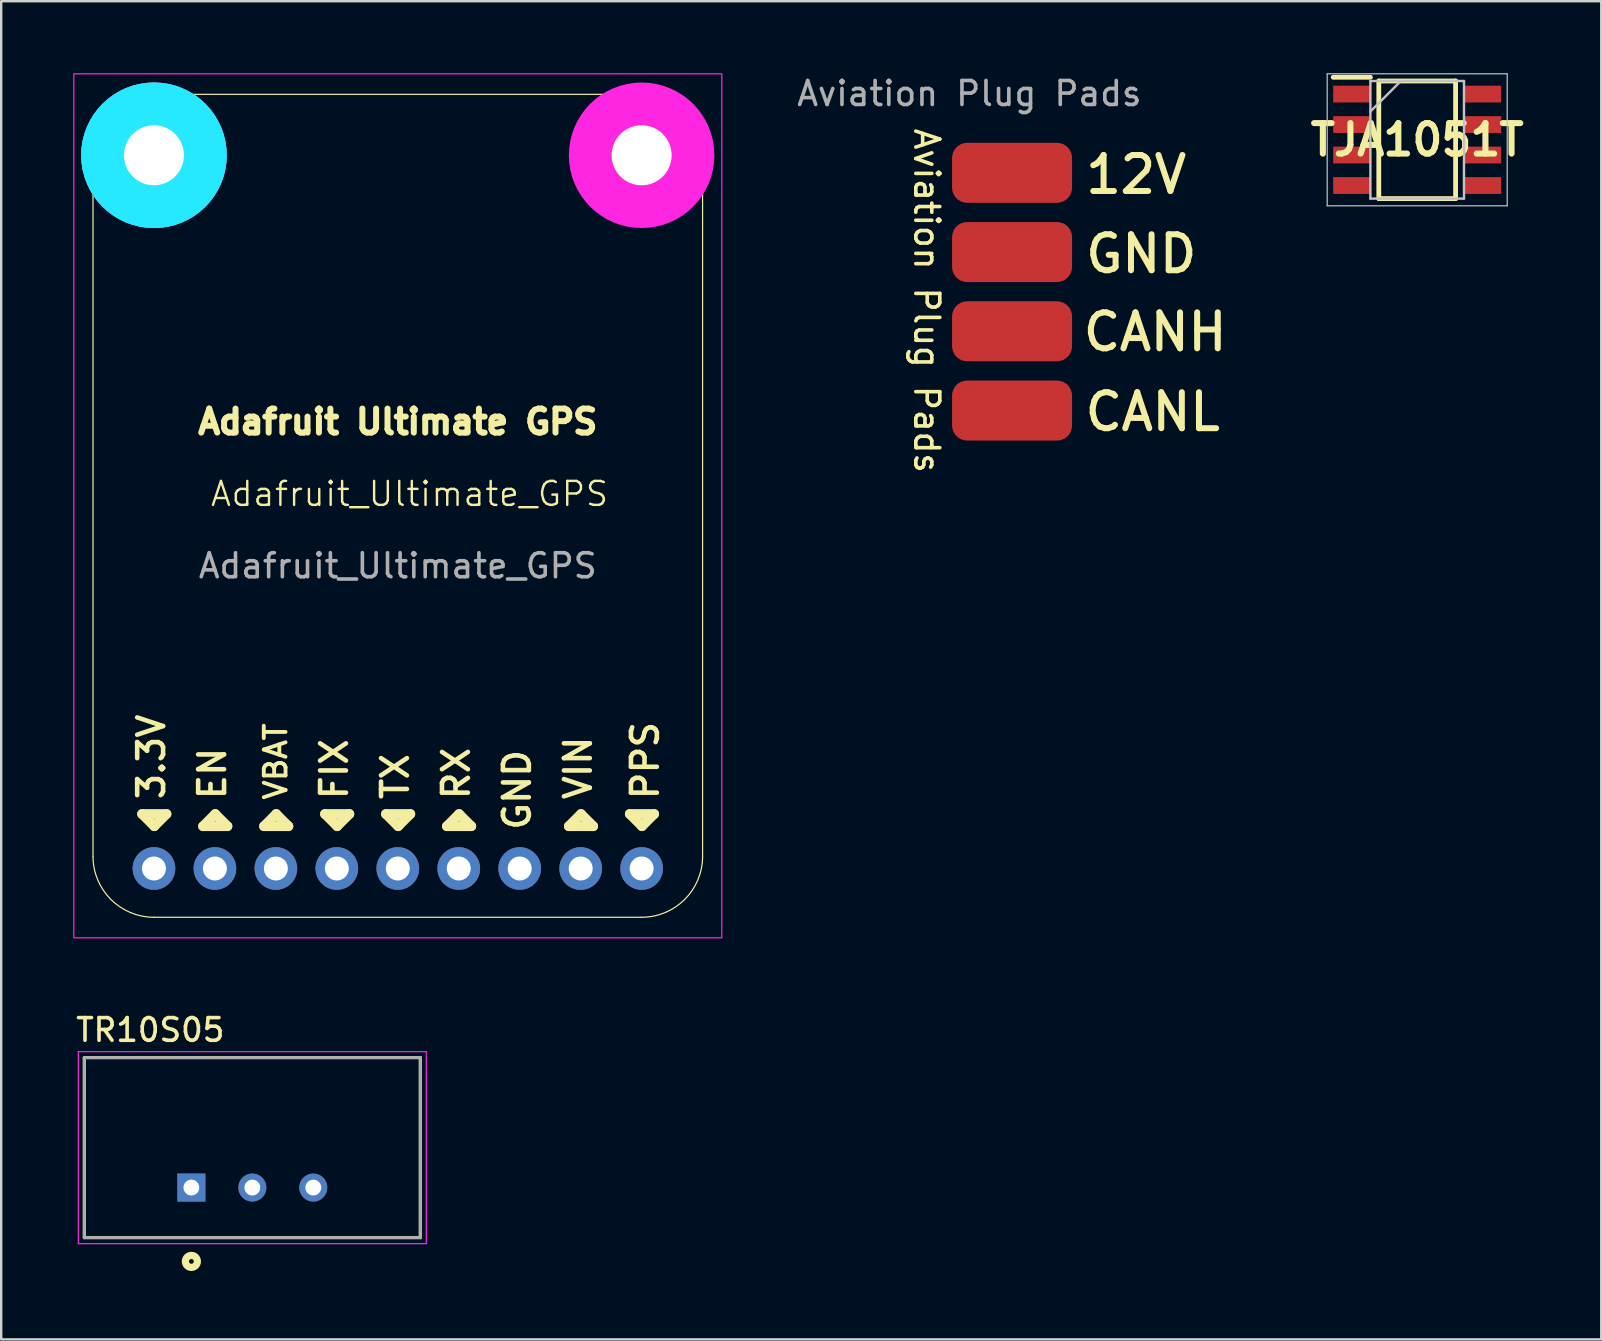
<source format=kicad_pcb>
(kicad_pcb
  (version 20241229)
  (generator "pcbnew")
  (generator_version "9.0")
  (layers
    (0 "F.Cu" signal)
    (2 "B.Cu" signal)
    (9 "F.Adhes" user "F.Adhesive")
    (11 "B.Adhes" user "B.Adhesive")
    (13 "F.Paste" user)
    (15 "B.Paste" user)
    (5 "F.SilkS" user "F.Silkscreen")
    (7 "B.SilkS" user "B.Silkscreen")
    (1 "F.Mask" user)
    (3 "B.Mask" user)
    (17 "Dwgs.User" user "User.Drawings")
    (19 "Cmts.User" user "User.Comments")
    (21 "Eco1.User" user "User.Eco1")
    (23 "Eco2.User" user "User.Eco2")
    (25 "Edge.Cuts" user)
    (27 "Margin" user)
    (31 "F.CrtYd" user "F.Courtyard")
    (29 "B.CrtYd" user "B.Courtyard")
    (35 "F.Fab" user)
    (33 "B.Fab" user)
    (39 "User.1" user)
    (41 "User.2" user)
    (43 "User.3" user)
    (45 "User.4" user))
  (footprint "Aviation Plug Pads"
    (layer "F.Cu")
    (at 39.12 4.15)
    (property "Reference" "Aviation Plug Pads" (at -3.556 5.334 270) (unlocked yes) (layer "F.SilkS") (effects (font (size 1 1) (thickness 0.15))))
    (attr smd)
    (fp_text user "CANL" (at 2.909 10.839 0) (unlocked yes) (layer "F.SilkS") (effects (font (size 1.5 1.5) (thickness 0.25) (bold yes)) (justify left bottom)))
    (fp_text user "GND" (at 2.934 4.257 0) (unlocked yes) (layer "F.SilkS") (effects (font (size 1.5 1.5) (thickness 0.25) (bold yes)) (justify left bottom)))
    (fp_text user "CANH" (at 2.834 7.511 0) (unlocked yes) (layer "F.SilkS") (effects (font (size 1.5 1.5) (thickness 0.25) (bold yes)) (justify left bottom)))
    (fp_text user "12V" (at 2.934 0.954 0) (unlocked yes) (layer "F.SilkS") (effects (font (size 1.5 1.5) (thickness 0.25) (bold yes)) (justify left bottom)))
    (fp_text user "${REFERENCE}" (at -1.778 -3.302 0) (unlocked yes) (layer "F.Fab") (effects (font (size 1 1) (thickness 0.15))))
    (pad "1" smd roundrect (at 0 0) (size 5 2.5) (layers "F.Cu" "F.Mask" "F.Paste") (roundrect_rratio 0.25))
    (pad "2" smd roundrect (at 0 3.302) (size 5 2.5) (layers "F.Cu" "F.Mask" "F.Paste") (roundrect_rratio 0.25))
    (pad "3" smd roundrect (at 0 6.604) (size 5 2.5) (layers "F.Cu" "F.Mask" "F.Paste") (roundrect_rratio 0.25))
    (pad "4" smd roundrect (at 0 9.906) (size 5 2.5) (layers "F.Cu" "F.Mask" "F.Paste") (roundrect_rratio 0.25)))
  (footprint "TJA1051T"
    (layer "F.Cu")
    (at 56.001 2.775)
    (property "Reference" "TJA1051T" (at 0 0 0) (layer "F.SilkS") (effects (font (size 1.27 1.27) (thickness 0.254))))
    (attr smd)
    (fp_line (start -3.5 -2.605) (end -1.95 -2.605) (stroke (width 0.2) (type solid)) (layer "F.SilkS"))
    (fp_line (start -1.6 -2.45) (end 1.6 -2.45) (stroke (width 0.2) (type solid)) (layer "F.SilkS"))
    (fp_line (start -1.6 2.45) (end -1.6 -2.45) (stroke (width 0.2) (type solid)) (layer "F.SilkS"))
    (fp_line (start 1.6 -2.45) (end 1.6 2.45) (stroke (width 0.2) (type solid)) (layer "F.SilkS"))
    (fp_line (start 1.6 2.45) (end -1.6 2.45) (stroke (width 0.2) (type solid)) (layer "F.SilkS"))
    (fp_line (start -3.75 -2.75) (end 3.75 -2.75) (stroke (width 0.05) (type solid)) (layer "Dwgs.User"))
    (fp_line (start -3.75 2.75) (end -3.75 -2.75) (stroke (width 0.05) (type solid)) (layer "Dwgs.User"))
    (fp_line (start -1.95 -2.45) (end 1.95 -2.45) (stroke (width 0.1) (type solid)) (layer "Dwgs.User"))
    (fp_line (start -1.95 -1.18) (end -0.68 -2.45) (stroke (width 0.1) (type solid)) (layer "Dwgs.User"))
    (fp_line (start -1.95 2.45) (end -1.95 -2.45) (stroke (width 0.1) (type solid)) (layer "Dwgs.User"))
    (fp_line (start 1.95 -2.45) (end 1.95 2.45) (stroke (width 0.1) (type solid)) (layer "Dwgs.User"))
    (fp_line (start 1.95 2.45) (end -1.95 2.45) (stroke (width 0.1) (type solid)) (layer "Dwgs.User"))
    (fp_line (start 3.75 -2.75) (end 3.75 2.75) (stroke (width 0.05) (type solid)) (layer "Dwgs.User"))
    (fp_line (start 3.75 2.75) (end -3.75 2.75) (stroke (width 0.05) (type solid)) (layer "Dwgs.User"))
    (pad "1" smd rect (at -2.725 -1.905 90) (size 0.7 1.55) (layers "F.Cu" "F.Mask" "F.Paste"))
    (pad "2" smd rect (at -2.725 -0.635 90) (size 0.7 1.55) (layers "F.Cu" "F.Mask" "F.Paste"))
    (pad "3" smd rect (at -2.725 0.635 90) (size 0.7 1.55) (layers "F.Cu" "F.Mask" "F.Paste"))
    (pad "4" smd rect (at -2.725 1.905 90) (size 0.7 1.55) (layers "F.Cu" "F.Mask" "F.Paste"))
    (pad "5" smd rect (at 2.725 1.905 90) (size 0.7 1.55) (layers "F.Cu" "F.Mask" "F.Paste"))
    (pad "6" smd rect (at 2.725 0.635 90) (size 0.7 1.55) (layers "F.Cu" "F.Mask" "F.Paste"))
    (pad "7" smd rect (at 2.725 -0.635 90) (size 0.7 1.55) (layers "F.Cu" "F.Mask" "F.Paste"))
    (pad "8" smd rect (at 2.725 -1.905 90) (size 0.7 1.55) (layers "F.Cu" "F.Mask" "F.Paste")))
  (footprint "TR10S05"
    (layer "F.Cu")
    (at 4.924 44.909)
    (property "Reference" "TR10S05" (at -1.71 -5.043 0) (layer "F.SilkS") (effects (font (size 0.945 0.945) (thickness 0.15))))
    (attr through_hole)
    (fp_line (start -4.46 -3.89) (end -4.46 3.61) (stroke (width 0.127) (type solid)) (layer "F.SilkS"))
    (fp_line (start -4.46 3.61) (end 9.54 3.61) (stroke (width 0.127) (type solid)) (layer "F.SilkS"))
    (fp_line (start 9.54 -3.89) (end -4.46 -3.89) (stroke (width 0.127) (type solid)) (layer "F.SilkS"))
    (fp_line (start 9.54 3.61) (end 9.54 -3.89) (stroke (width 0.127) (type solid)) (layer "F.SilkS"))
    (fp_circle (center 0 4.6) (end 0.1 4.6) (stroke (width 0.3) (type solid)) (fill no) (layer "F.SilkS"))
    (fp_line (start -4.71 -4.14) (end 9.79 -4.14) (stroke (width 0.05) (type solid)) (layer "F.CrtYd"))
    (fp_line (start -4.71 3.86) (end -4.71 -4.14) (stroke (width 0.05) (type solid)) (layer "F.CrtYd"))
    (fp_line (start 9.79 -4.14) (end 9.79 3.86) (stroke (width 0.05) (type solid)) (layer "F.CrtYd"))
    (fp_line (start 9.79 3.86) (end -4.71 3.86) (stroke (width 0.05) (type solid)) (layer "F.CrtYd"))
    (fp_line (start -4.46 -3.89) (end -4.46 3.61) (stroke (width 0.127) (type solid)) (layer "F.Fab"))
    (fp_line (start -4.46 3.61) (end 9.54 3.61) (stroke (width 0.127) (type solid)) (layer "F.Fab"))
    (fp_line (start 9.54 -3.89) (end -4.46 -3.89) (stroke (width 0.127) (type solid)) (layer "F.Fab"))
    (fp_line (start 9.54 3.61) (end 9.54 -3.89) (stroke (width 0.127) (type solid)) (layer "F.Fab"))
    (pad "1" thru_hole rect (at 0 1.524) (size 1.168 1.168) (drill 0.66) (layers "*.Cu" "*.Mask"))
    (pad "2" thru_hole circle (at 2.54 1.524) (size 1.168 1.168) (drill 0.66) (layers "*.Cu" "*.Mask"))
    (pad "3" thru_hole circle (at 5.08 1.524) (size 1.168 1.168) (drill 0.66) (layers "*.Cu" "*.Mask")))
  (footprint "Adafruit_Ultimate_GPS"
    (layer "F.Cu")
    (at 13.525 18.025)
    (property "Reference" "Adafruit_Ultimate_GPS" (at 0.489 -0.495 0) (unlocked yes) (layer "F.SilkS") (effects (font (size 1 1) (thickness 0.1))))
    (attr through_hole)
    (fp_line (start -12.7 14.605) (end -12.7 -14.605) (stroke (width 0.05) (type solid)) (layer "F.SilkS"))
    (fp_line (start -10.654 12.843) (end -10.146 13.351) (stroke (width 0.406) (type solid)) (layer "F.SilkS"))
    (fp_line (start -10.16 -17.145) (end 10.16 -17.145) (stroke (width 0.05) (type solid)) (layer "F.SilkS"))
    (fp_line (start -10.146 13.351) (end -9.638 12.843) (stroke (width 0.406) (type solid)) (layer "F.SilkS"))
    (fp_line (start -9.638 12.843) (end -10.654 12.843) (stroke (width 0.406) (type solid)) (layer "F.SilkS"))
    (fp_line (start -8.114 13.351) (end -7.098 13.351) (stroke (width 0.406) (type solid)) (layer "F.SilkS"))
    (fp_line (start -7.606 12.843) (end -8.114 13.351) (stroke (width 0.406) (type solid)) (layer "F.SilkS"))
    (fp_line (start -7.098 13.351) (end -7.606 12.843) (stroke (width 0.406) (type solid)) (layer "F.SilkS"))
    (fp_line (start -5.574 13.351) (end -4.558 13.351) (stroke (width 0.406) (type solid)) (layer "F.SilkS"))
    (fp_line (start -5.066 12.843) (end -5.574 13.351) (stroke (width 0.406) (type solid)) (layer "F.SilkS"))
    (fp_line (start -4.558 13.351) (end -5.066 12.843) (stroke (width 0.406) (type solid)) (layer "F.SilkS"))
    (fp_line (start -3.034 12.843) (end -2.526 13.351) (stroke (width 0.406) (type solid)) (layer "F.SilkS"))
    (fp_line (start -2.526 13.351) (end -2.018 12.843) (stroke (width 0.406) (type solid)) (layer "F.SilkS"))
    (fp_line (start -2.018 12.843) (end -3.034 12.843) (stroke (width 0.406) (type solid)) (layer "F.SilkS"))
    (fp_line (start -0.494 12.843) (end 0.014 13.351) (stroke (width 0.406) (type solid)) (layer "F.SilkS"))
    (fp_line (start 0.014 13.351) (end 0.522 12.843) (stroke (width 0.406) (type solid)) (layer "F.SilkS"))
    (fp_line (start 0.522 12.843) (end -0.494 12.843) (stroke (width 0.406) (type solid)) (layer "F.SilkS"))
    (fp_line (start 2.046 13.351) (end 3.062 13.351) (stroke (width 0.406) (type solid)) (layer "F.SilkS"))
    (fp_line (start 2.554 12.843) (end 2.046 13.351) (stroke (width 0.406) (type solid)) (layer "F.SilkS"))
    (fp_line (start 3.062 13.351) (end 2.554 12.843) (stroke (width 0.406) (type solid)) (layer "F.SilkS"))
    (fp_line (start 7.126 13.351) (end 8.142 13.351) (stroke (width 0.406) (type solid)) (layer "F.SilkS"))
    (fp_line (start 7.634 12.843) (end 7.126 13.351) (stroke (width 0.406) (type solid)) (layer "F.SilkS"))
    (fp_line (start 8.142 13.351) (end 7.634 12.843) (stroke (width 0.406) (type solid)) (layer "F.SilkS"))
    (fp_line (start 9.666 12.843) (end 10.174 13.351) (stroke (width 0.406) (type solid)) (layer "F.SilkS"))
    (fp_line (start 10.16 17.145) (end -10.16 17.145) (stroke (width 0.05) (type solid)) (layer "F.SilkS"))
    (fp_line (start 10.174 13.351) (end 10.682 12.843) (stroke (width 0.406) (type solid)) (layer "F.SilkS"))
    (fp_line (start 10.682 12.843) (end 9.666 12.843) (stroke (width 0.406) (type solid)) (layer "F.SilkS"))
    (fp_line (start 12.7 -14.605) (end 12.7 14.605) (stroke (width 0.05) (type solid)) (layer "F.SilkS"))
    (fp_arc (start -12.7 -14.605) (mid -11.956051 -16.401051) (end -10.16 -17.145) (stroke (width 0.05) (type solid)) (layer "F.SilkS"))
    (fp_arc (start -10.16 17.145) (mid -11.956051 16.401051) (end -12.7 14.605) (stroke (width 0.05) (type solid)) (layer "F.SilkS"))
    (fp_arc (start 10.16 -17.145) (mid 11.956051 -16.401051) (end 12.7 -14.605) (stroke (width 0.05) (type solid)) (layer "F.SilkS"))
    (fp_arc (start 12.7 14.605) (mid 11.956051 16.401051) (end 10.16 17.145) (stroke (width 0.05) (type solid)) (layer "F.SilkS"))
    (fp_circle (center -10.16 -14.605) (end -8.16 -14.605) (stroke (width 0.203) (type solid)) (fill no) (layer "F.SilkS"))
    (fp_circle (center 10.16 -14.605) (end 12.16 -14.605) (stroke (width 0.203) (type solid)) (fill no) (layer "F.SilkS"))
    (fp_circle (center -10.16 -14.605) (end -9.16 -14.605) (stroke (width 2.032) (type solid)) (fill no) (layer "B.CrtYd"))
    (fp_circle (center -10.16 -14.605) (end -9.16 -14.605) (stroke (width 2.032) (type solid)) (fill no) (layer "B.CrtYd"))
    (fp_rect (start -13.5 -18) (end 13.5 18) (stroke (width 0.05) (type solid)) (fill no) (layer "F.CrtYd"))
    (fp_circle (center -10.16 -14.605) (end -9.16 -14.605) (stroke (width 2.032) (type solid)) (fill no) (layer "F.CrtYd"))
    (fp_circle (center 10.16 -14.605) (end 11.16 -14.605) (stroke (width 2.032) (type solid)) (fill no) (layer "F.CrtYd"))
    (fp_text user "FIX" (at -2.018 12.335 90) (unlocked yes) (layer "F.SilkS") (effects (font (size 1.079 1.079) (thickness 0.191)) (justify left bottom)))
    (fp_text user "VBAT" (at -4.558 12.335 90) (unlocked yes) (layer "F.SilkS") (effects (font (size 0.907 0.907) (thickness 0.16)) (justify left bottom)))
    (fp_text user "VIN" (at 8.142 12.335 90) (unlocked yes) (layer "F.SilkS") (effects (font (size 1.079 1.079) (thickness 0.191)) (justify left bottom)))
    (fp_text user "TX" (at 0.522 12.335 90) (unlocked yes) (layer "F.SilkS") (effects (font (size 1.079 1.079) (thickness 0.191)) (justify left bottom)))
    (fp_text user "EN" (at -7.098 12.335 90) (unlocked yes) (layer "F.SilkS") (effects (font (size 1.079 1.079) (thickness 0.191)) (justify left bottom)))
    (fp_text user "3.3V" (at -9.638 12.335 90) (unlocked yes) (layer "F.SilkS") (effects (font (size 1.079 1.079) (thickness 0.191)) (justify left bottom)))
    (fp_text user "Adafruit Ultimate GPS" (at 0 -3.5 0) (unlocked yes) (layer "F.SilkS") (effects (font (size 1 1) (thickness 0.25) (bold yes))))
    (fp_text user "GND" (at 5.602 13.605 90) (unlocked yes) (layer "F.SilkS") (effects (font (size 1.079 1.079) (thickness 0.191)) (justify left bottom)))
    (fp_text user "PPS" (at 10.936 12.335 90) (unlocked yes) (layer "F.SilkS") (effects (font (size 1.079 1.079) (thickness 0.191)) (justify left bottom)))
    (fp_text user "RX" (at 3.062 12.335 90) (unlocked yes) (layer "F.SilkS") (effects (font (size 1.079 1.079) (thickness 0.191)) (justify left bottom)))
    (fp_text user "${REFERENCE}" (at 0 2.5 0) (unlocked yes) (layer "F.Fab") (effects (font (size 1 1) (thickness 0.15))))
    (pad "1" thru_hole circle (at 10.16 15.113 270) (size 1.778 1.778) (drill 1) (layers "*.Cu" "*.Mask"))
    (pad "2" thru_hole circle (at 7.62 15.113 270) (size 1.778 1.778) (drill 1) (layers "*.Cu" "*.Mask"))
    (pad "3" thru_hole circle (at 5.08 15.113 270) (size 1.778 1.778) (drill 1) (layers "*.Cu" "*.Mask"))
    (pad "4" thru_hole circle (at 2.54 15.113 270) (size 1.778 1.778) (drill 1) (layers "*.Cu" "*.Mask"))
    (pad "5" thru_hole circle (at 0 15.113 270) (size 1.778 1.778) (drill 1) (layers "*.Cu" "*.Mask"))
    (pad "6" thru_hole circle (at -2.54 15.113 270) (size 1.778 1.778) (drill 1) (layers "*.Cu" "*.Mask"))
    (pad "7" thru_hole circle (at -5.08 15.113 270) (size 1.778 1.778) (drill 1) (layers "*.Cu" "*.Mask"))
    (pad "8" thru_hole circle (at -7.62 15.113 270) (size 1.778 1.778) (drill 1) (layers "*.Cu" "*.Mask"))
    (pad "9" thru_hole circle (at -10.16 15.113 270) (size 1.778 1.778) (drill 1) (layers "*.Cu" "*.Mask"))
    (pad "P$1" thru_hole circle (at 10.16 -14.605) (size 3.2 3.2) (drill 2.5) (layers "*.Cu" "*.Mask"))
    (pad "P$2" thru_hole circle (at -10.16 -14.605) (size 3.2 3.2) (drill 2.5) (layers "*.Cu" "*.Mask"))
    (zone (net_name "") (layer "F.Cu") (hatch edge 0.5) (connect_pads) (min_thickness 0.25) (filled_areas_thickness no) (keepout (tracks not_allowed) (vias not_allowed) (pads not_allowed) (copperpour not_allowed) (footprints allowed)) (placement (enabled no)) (fill) (polygon (pts (xy 5.381 3.42) (xy 5.361 3.139) (xy 5.303 2.864) (xy 5.207 2.6) (xy 5.075 2.352) (xy 4.909 2.124) (xy 4.714 1.922) (xy 4.492 1.749) (xy 4.249 1.608) (xy 3.988 1.503) (xy 3.715 1.435) (xy 3.435 1.405) (xy 3.154 1.415) (xy 2.877 1.464) (xy 2.61 1.551) (xy 2.357 1.674) (xy 2.124 1.831) (xy 1.915 2.02) (xy 1.734 2.235) (xy 1.585 2.474) (xy 1.471 2.73) (xy 1.393 3.001) (xy 1.354 3.279) (xy 1.354 3.561) (xy 1.393 3.839) (xy 1.471 4.11) (xy 1.585 4.366) (xy 1.734 4.605) (xy 1.915 4.82) (xy 2.124 5.009) (xy 2.357 5.166) (xy 2.61 5.289) (xy 2.877 5.376) (xy 3.154 5.425) (xy 3.435 5.435) (xy 3.715 5.405) (xy 3.988 5.337) (xy 4.249 5.232) (xy 4.492 5.091) (xy 4.714 4.918) (xy 4.909 4.716) (xy 5.075 4.488) (xy 5.207 4.24) (xy 5.303 3.976) (xy 5.361 3.701))) (polygon (pts (xy 3.349 3.42) (xy 3.354 3.431) (xy 3.365 3.436) (xy 3.376 3.431) (xy 3.381 3.42) (xy 3.376 3.409) (xy 3.365 3.404) (xy 3.354 3.409))))
    (zone (net_name "") (layer "F.Cu") (hatch edge 0.5) (connect_pads) (min_thickness 0.25) (filled_areas_thickness no) (keepout (tracks not_allowed) (vias not_allowed) (pads not_allowed) (copperpour not_allowed) (footprints allowed)) (placement (enabled no)) (fill) (polygon (pts (xy 25.701 3.42) (xy 25.681 3.139) (xy 25.623 2.864) (xy 25.527 2.6) (xy 25.395 2.352) (xy 25.229 2.124) (xy 25.034 1.922) (xy 24.812 1.749) (xy 24.569 1.608) (xy 24.308 1.503) (xy 24.035 1.435) (xy 23.755 1.405) (xy 23.474 1.415) (xy 23.197 1.464) (xy 22.93 1.551) (xy 22.677 1.674) (xy 22.444 1.831) (xy 22.235 2.02) (xy 22.054 2.235) (xy 21.905 2.474) (xy 21.791 2.73) (xy 21.713 3.001) (xy 21.674 3.279) (xy 21.674 3.561) (xy 21.713 3.839) (xy 21.791 4.11) (xy 21.905 4.366) (xy 22.054 4.605) (xy 22.235 4.82) (xy 22.444 5.009) (xy 22.677 5.166) (xy 22.93 5.289) (xy 23.197 5.376) (xy 23.474 5.425) (xy 23.755 5.435) (xy 24.035 5.405) (xy 24.308 5.337) (xy 24.569 5.232) (xy 24.812 5.091) (xy 25.034 4.918) (xy 25.229 4.716) (xy 25.395 4.488) (xy 25.527 4.24) (xy 25.623 3.976) (xy 25.681 3.701))) (polygon (pts (xy 23.669 3.42) (xy 23.674 3.431) (xy 23.685 3.436) (xy 23.696 3.431) (xy 23.701 3.42) (xy 23.696 3.409) (xy 23.685 3.404) (xy 23.674 3.409))))
    (zone (net_name "") (layer "B.Cu") (hatch edge 0.5) (connect_pads) (min_thickness 0.25) (filled_areas_thickness no) (keepout (tracks not_allowed) (vias not_allowed) (pads not_allowed) (copperpour not_allowed) (footprints allowed)) (placement (enabled no)) (fill) (polygon (pts (xy 5.381 3.42) (xy 5.361 3.139) (xy 5.303 2.864) (xy 5.207 2.6) (xy 5.075 2.352) (xy 4.909 2.124) (xy 4.714 1.922) (xy 4.492 1.749) (xy 4.249 1.608) (xy 3.988 1.503) (xy 3.715 1.435) (xy 3.435 1.405) (xy 3.154 1.415) (xy 2.877 1.464) (xy 2.61 1.551) (xy 2.357 1.674) (xy 2.124 1.831) (xy 1.915 2.02) (xy 1.734 2.235) (xy 1.585 2.474) (xy 1.471 2.73) (xy 1.393 3.001) (xy 1.354 3.279) (xy 1.354 3.561) (xy 1.393 3.839) (xy 1.471 4.11) (xy 1.585 4.366) (xy 1.734 4.605) (xy 1.915 4.82) (xy 2.124 5.009) (xy 2.357 5.166) (xy 2.61 5.289) (xy 2.877 5.376) (xy 3.154 5.425) (xy 3.435 5.435) (xy 3.715 5.405) (xy 3.988 5.337) (xy 4.249 5.232) (xy 4.492 5.091) (xy 4.714 4.918) (xy 4.909 4.716) (xy 5.075 4.488) (xy 5.207 4.24) (xy 5.303 3.976) (xy 5.361 3.701))) (polygon (pts (xy 3.349 3.42) (xy 3.354 3.431) (xy 3.365 3.436) (xy 3.376 3.431) (xy 3.381 3.42) (xy 3.376 3.409) (xy 3.365 3.404) (xy 3.354 3.409))))
    (zone (net_name "") (layer "B.Cu") (hatch edge 0.5) (connect_pads) (min_thickness 0.25) (filled_areas_thickness no) (keepout (tracks not_allowed) (vias not_allowed) (pads not_allowed) (copperpour not_allowed) (footprints allowed)) (placement (enabled no)) (fill) (polygon (pts (xy 25.701 3.42) (xy 25.681 3.139) (xy 25.623 2.864) (xy 25.527 2.6) (xy 25.395 2.352) (xy 25.229 2.124) (xy 25.034 1.922) (xy 24.812 1.749) (xy 24.569 1.608) (xy 24.308 1.503) (xy 24.035 1.435) (xy 23.755 1.405) (xy 23.474 1.415) (xy 23.197 1.464) (xy 22.93 1.551) (xy 22.677 1.674) (xy 22.444 1.831) (xy 22.235 2.02) (xy 22.054 2.235) (xy 21.905 2.474) (xy 21.791 2.73) (xy 21.713 3.001) (xy 21.674 3.279) (xy 21.674 3.561) (xy 21.713 3.839) (xy 21.791 4.11) (xy 21.905 4.366) (xy 22.054 4.605) (xy 22.235 4.82) (xy 22.444 5.009) (xy 22.677 5.166) (xy 22.93 5.289) (xy 23.197 5.376) (xy 23.474 5.425) (xy 23.755 5.435) (xy 24.035 5.405) (xy 24.308 5.337) (xy 24.569 5.232) (xy 24.812 5.091) (xy 25.034 4.918) (xy 25.229 4.716) (xy 25.395 4.488) (xy 25.527 4.24) (xy 25.623 3.976) (xy 25.681 3.701))) (polygon (pts (xy 23.669 3.42) (xy 23.674 3.431) (xy 23.685 3.436) (xy 23.696 3.431) (xy 23.701 3.42) (xy 23.696 3.409) (xy 23.685 3.404) (xy 23.674 3.409)))))
  (gr_rect
    (start -3 -3)
    (end 63.67 52.759)
    (stroke (width 0.1) (type default))
    (fill no)
    (layer "Edge.Cuts")))
</source>
